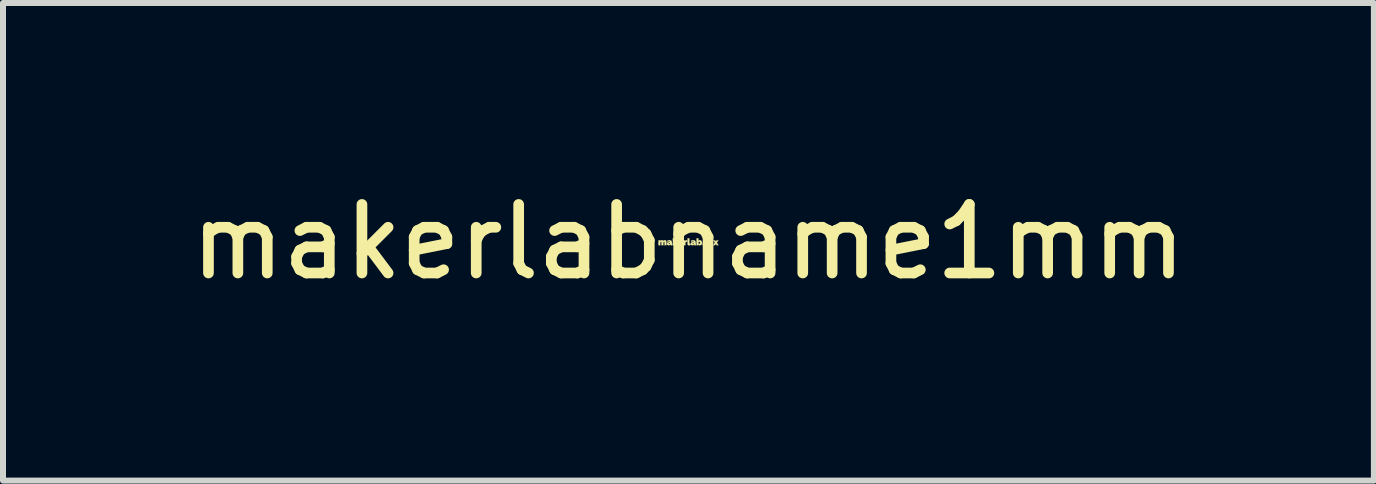
<source format=kicad_pcb>
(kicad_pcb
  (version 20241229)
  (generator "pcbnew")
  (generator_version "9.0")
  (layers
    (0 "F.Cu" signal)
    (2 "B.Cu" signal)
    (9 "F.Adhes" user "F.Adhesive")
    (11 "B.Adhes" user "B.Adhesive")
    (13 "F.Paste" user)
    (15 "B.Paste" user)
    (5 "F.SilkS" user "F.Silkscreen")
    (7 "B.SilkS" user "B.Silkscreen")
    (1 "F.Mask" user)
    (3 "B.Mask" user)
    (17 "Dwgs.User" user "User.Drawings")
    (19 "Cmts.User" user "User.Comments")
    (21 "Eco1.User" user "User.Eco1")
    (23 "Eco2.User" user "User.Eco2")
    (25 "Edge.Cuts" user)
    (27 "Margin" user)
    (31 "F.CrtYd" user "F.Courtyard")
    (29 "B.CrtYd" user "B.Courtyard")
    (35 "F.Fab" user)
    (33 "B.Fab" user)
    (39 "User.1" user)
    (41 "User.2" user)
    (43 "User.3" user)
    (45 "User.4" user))
  (footprint "makerlabname1mm"
    (layer "F.Cu")
    (at 8.426 0.981)
    (property "Reference" "makerlabname1mm" (at 0 0 0) (layer "F.SilkS") (effects (font (size 1.143 1.143) (thickness 0.178))))
    (attr through_hole)
    (fp_poly (pts (xy 0.259 0.056) (xy 0.249 0.056) (xy 0.236 0.056) (xy 0.236 0.041) (xy 0.236 0.028) (xy 0.249 0.028) (xy 0.259 0.028) (xy 0.259 0.041) (xy 0.259 0.056)) (stroke (width 0.003) (type solid)) (fill yes) (layer "F.SilkS"))
    (fp_poly (pts (xy -0.023 0) (xy -0.028 0) (xy -0.033 0) (xy -0.038 0.003) (xy -0.043 0.003) (xy -0.046 0.005) (xy -0.048 0.005) (xy -0.051 0.008) (xy -0.051 0.03) (xy -0.051 0.056) (xy -0.064 0.056) (xy -0.079 0.056) (xy -0.079 0.015) (xy -0.079 -0.025) (xy -0.066 -0.025) (xy -0.053 -0.025) (xy -0.053 -0.018) (xy -0.053 -0.01) (xy -0.051 -0.015) (xy -0.046 -0.018) (xy -0.043 -0.023) (xy -0.038 -0.025) (xy -0.033 -0.025) (xy -0.03 -0.028) (xy -0.028 -0.028) (xy -0.025 -0.028) (xy -0.023 -0.028) (xy -0.023 -0.013) (xy -0.023 0)) (stroke (width 0.003) (type solid)) (fill yes) (layer "F.SilkS"))
    (fp_poly (pts (xy -0.175 0.056) (xy -0.191 0.056) (xy -0.206 0.056) (xy -0.216 0.041) (xy -0.218 0.038) (xy -0.218 0.036) (xy -0.221 0.033) (xy -0.224 0.03) (xy -0.224 0.028) (xy -0.226 0.028) (xy -0.229 0.03) (xy -0.231 0.033) (xy -0.231 0.043) (xy -0.231 0.056) (xy -0.246 0.056) (xy -0.259 0.056) (xy -0.259 0) (xy -0.262 -0.058) (xy -0.246 -0.058) (xy -0.231 -0.058) (xy -0.231 -0.025) (xy -0.231 0.005) (xy -0.221 -0.01) (xy -0.208 -0.025) (xy -0.193 -0.025) (xy -0.191 -0.025) (xy -0.185 -0.025) (xy -0.183 -0.025) (xy -0.18 -0.025) (xy -0.178 -0.025) (xy -0.18 -0.023) (xy -0.183 -0.02) (xy -0.185 -0.018) (xy -0.188 -0.013) (xy -0.191 -0.01) (xy -0.193 -0.008) (xy -0.196 -0.005) (xy -0.198 0) (xy -0.201 0.003) (xy -0.203 0.005) (xy -0.203 0.008) (xy -0.206 0.008) (xy -0.206 0.01) (xy -0.206 0.013) (xy -0.203 0.013) (xy -0.201 0.015) (xy -0.201 0.02) (xy -0.198 0.023) (xy -0.196 0.028) (xy -0.193 0.03) (xy -0.191 0.033) (xy -0.175 0.056)) (stroke (width 0.003) (type solid)) (fill yes) (layer "F.SilkS"))
    (fp_poly (pts (xy 0.033 0.051) (xy 0.033 0.053) (xy 0.03 0.053) (xy 0.028 0.053) (xy 0.023 0.056) (xy 0.018 0.056) (xy 0.013 0.058) (xy 0.008 0.058) (xy 0.005 0.058) (xy 0.003 0.056) (xy 0 0.056) (xy -0.003 0.056) (xy -0.005 0.053) (xy -0.008 0.053) (xy -0.01 0.051) (xy -0.013 0.048) (xy -0.013 0.043) (xy -0.015 0.043) (xy -0.015 0.041) (xy -0.015 0.038) (xy -0.015 0.036) (xy -0.015 0.033) (xy -0.015 0.03) (xy -0.015 0.028) (xy -0.015 0.023) (xy -0.015 0.018) (xy -0.015 0.013) (xy -0.015 0.005) (xy -0.015 -0.003) (xy -0.015 -0.008) (xy -0.015 -0.058) (xy 0 -0.058) (xy 0.015 -0.058) (xy 0.015 -0.018) (xy 0.015 -0.008) (xy 0.015 0) (xy 0.015 0.008) (xy 0.015 0.013) (xy 0.015 0.018) (xy 0.015 0.02) (xy 0.015 0.023) (xy 0.015 0.025) (xy 0.015 0.028) (xy 0.018 0.03) (xy 0.02 0.03) (xy 0.023 0.03) (xy 0.025 0.03) (xy 0.028 0.03) (xy 0.03 0.03) (xy 0.03 0.033) (xy 0.03 0.036) (xy 0.033 0.041) (xy 0.033 0.043) (xy 0.033 0.048) (xy 0.033 0.051)) (stroke (width 0.003) (type solid)) (fill yes) (layer "F.SilkS"))
    (fp_poly (pts (xy 0.226 0.015) (xy 0.226 0.02) (xy 0.224 0.025) (xy 0.224 0.033) (xy 0.221 0.038) (xy 0.218 0.041) (xy 0.213 0.046) (xy 0.211 0.051) (xy 0.206 0.053) (xy 0.203 0.053) (xy 0.201 0.056) (xy 0.198 0.056) (xy 0.196 0.056) (xy 0.196 0.015) (xy 0.196 0.013) (xy 0.193 0.01) (xy 0.193 0.008) (xy 0.191 0.005) (xy 0.191 0.003) (xy 0.188 0) (xy 0.185 0) (xy 0.183 -0.003) (xy 0.18 -0.003) (xy 0.175 -0.003) (xy 0.173 0) (xy 0.17 0.003) (xy 0.168 0.005) (xy 0.165 0.01) (xy 0.165 0.018) (xy 0.165 0.025) (xy 0.168 0.028) (xy 0.17 0.03) (xy 0.173 0.03) (xy 0.178 0.033) (xy 0.18 0.033) (xy 0.183 0.033) (xy 0.185 0.033) (xy 0.188 0.03) (xy 0.191 0.028) (xy 0.193 0.025) (xy 0.193 0.023) (xy 0.196 0.02) (xy 0.196 0.018) (xy 0.196 0.015) (xy 0.196 0.056) (xy 0.193 0.058) (xy 0.188 0.058) (xy 0.183 0.058) (xy 0.18 0.056) (xy 0.178 0.056) (xy 0.173 0.053) (xy 0.168 0.051) (xy 0.165 0.048) (xy 0.163 0.046) (xy 0.16 0.043) (xy 0.16 0.051) (xy 0.16 0.056) (xy 0.147 0.056) (xy 0.135 0.056) (xy 0.135 0) (xy 0.135 -0.058) (xy 0.15 -0.058) (xy 0.165 -0.058) (xy 0.165 -0.036) (xy 0.165 -0.013) (xy 0.168 -0.018) (xy 0.17 -0.02) (xy 0.173 -0.023) (xy 0.178 -0.025) (xy 0.183 -0.025) (xy 0.185 -0.028) (xy 0.188 -0.028) (xy 0.193 -0.028) (xy 0.196 -0.028) (xy 0.198 -0.025) (xy 0.203 -0.025) (xy 0.208 -0.02) (xy 0.213 -0.018) (xy 0.216 -0.013) (xy 0.218 -0.008) (xy 0.221 -0.003) (xy 0.224 0.003) (xy 0.226 0.01) (xy 0.226 0.015)) (stroke (width 0.003) (type solid)) (fill yes) (layer "F.SilkS"))
    (fp_poly (pts (xy -0.368 0.056) (xy -0.384 0.056) (xy -0.399 0.056) (xy -0.399 0.03) (xy -0.399 0.025) (xy -0.399 0.018) (xy -0.399 0.015) (xy -0.399 0.01) (xy -0.399 0.008) (xy -0.399 0.005) (xy -0.399 0.003) (xy -0.401 0) (xy -0.404 0) (xy -0.406 -0.003) (xy -0.409 0) (xy -0.414 0.003) (xy -0.417 0.005) (xy -0.417 0.008) (xy -0.419 0.01) (xy -0.419 0.033) (xy -0.419 0.056) (xy -0.434 0.056) (xy -0.45 0.056) (xy -0.45 0.03) (xy -0.45 0.005) (xy -0.45 0.003) (xy -0.452 0) (xy -0.455 0) (xy -0.457 -0.003) (xy -0.46 0) (xy -0.462 0) (xy -0.465 0.003) (xy -0.467 0.005) (xy -0.47 0.008) (xy -0.47 0.01) (xy -0.47 0.013) (xy -0.47 0.015) (xy -0.47 0.02) (xy -0.47 0.025) (xy -0.47 0.03) (xy -0.47 0.033) (xy -0.47 0.056) (xy -0.485 0.056) (xy -0.5 0.056) (xy -0.5 0.015) (xy -0.5 -0.025) (xy -0.488 -0.025) (xy -0.472 -0.025) (xy -0.472 -0.02) (xy -0.472 -0.015) (xy -0.47 -0.018) (xy -0.465 -0.02) (xy -0.46 -0.023) (xy -0.455 -0.025) (xy -0.45 -0.025) (xy -0.445 -0.028) (xy -0.439 -0.028) (xy -0.437 -0.025) (xy -0.432 -0.025) (xy -0.429 -0.023) (xy -0.427 -0.023) (xy -0.424 -0.02) (xy -0.424 -0.018) (xy -0.422 -0.015) (xy -0.422 -0.013) (xy -0.419 -0.015) (xy -0.417 -0.018) (xy -0.414 -0.02) (xy -0.411 -0.023) (xy -0.406 -0.025) (xy -0.399 -0.025) (xy -0.394 -0.028) (xy -0.389 -0.028) (xy -0.384 -0.025) (xy -0.378 -0.023) (xy -0.376 -0.02) (xy -0.373 -0.018) (xy -0.371 -0.015) (xy -0.371 -0.013) (xy -0.371 -0.01) (xy -0.368 -0.008) (xy -0.368 -0.005) (xy -0.368 0) (xy -0.368 0.003) (xy -0.368 0.005) (xy -0.368 0.01) (xy -0.368 0.015) (xy -0.368 0.023) (xy -0.368 0.025) (xy -0.368 0.056)) (stroke (width 0.003) (type solid)) (fill yes) (layer "F.SilkS"))
    (fp_poly (pts (xy 0.5 0.056) (xy 0.498 0.056) (xy 0.495 0.056) (xy 0.493 0.056) (xy 0.49 0.056) (xy 0.485 0.056) (xy 0.47 0.056) (xy 0.465 0.046) (xy 0.462 0.043) (xy 0.46 0.041) (xy 0.46 0.038) (xy 0.457 0.036) (xy 0.457 0.033) (xy 0.455 0.036) (xy 0.455 0.038) (xy 0.452 0.041) (xy 0.45 0.043) (xy 0.45 0.046) (xy 0.447 0.046) (xy 0.442 0.056) (xy 0.427 0.056) (xy 0.424 0.056) (xy 0.422 0.056) (xy 0.417 0.056) (xy 0.414 0.056) (xy 0.414 0.053) (xy 0.414 0.051) (xy 0.417 0.051) (xy 0.419 0.046) (xy 0.422 0.043) (xy 0.424 0.038) (xy 0.427 0.036) (xy 0.429 0.03) (xy 0.434 0.025) (xy 0.434 0.023) (xy 0.437 0.02) (xy 0.439 0.018) (xy 0.439 0.015) (xy 0.439 0.013) (xy 0.437 0.01) (xy 0.437 0.008) (xy 0.434 0.005) (xy 0.432 0.003) (xy 0.429 -0.003) (xy 0.427 -0.005) (xy 0.424 -0.01) (xy 0.422 -0.013) (xy 0.419 -0.018) (xy 0.417 -0.02) (xy 0.417 -0.023) (xy 0.414 -0.025) (xy 0.417 -0.025) (xy 0.419 -0.025) (xy 0.424 -0.025) (xy 0.427 -0.025) (xy 0.429 -0.025) (xy 0.442 -0.025) (xy 0.445 -0.02) (xy 0.447 -0.02) (xy 0.447 -0.018) (xy 0.45 -0.015) (xy 0.452 -0.01) (xy 0.457 -0.003) (xy 0.457 -0.005) (xy 0.46 -0.008) (xy 0.46 -0.01) (xy 0.462 -0.013) (xy 0.462 -0.015) (xy 0.465 -0.015) (xy 0.47 -0.025) (xy 0.485 -0.025) (xy 0.488 -0.025) (xy 0.493 -0.025) (xy 0.495 -0.025) (xy 0.498 -0.025) (xy 0.5 -0.025) (xy 0.498 -0.025) (xy 0.498 -0.023) (xy 0.495 -0.02) (xy 0.493 -0.015) (xy 0.49 -0.013) (xy 0.488 -0.01) (xy 0.485 -0.005) (xy 0.483 0) (xy 0.48 0.003) (xy 0.478 0.008) (xy 0.475 0.01) (xy 0.475 0.013) (xy 0.472 0.015) (xy 0.475 0.018) (xy 0.475 0.02) (xy 0.478 0.023) (xy 0.48 0.025) (xy 0.483 0.028) (xy 0.485 0.033) (xy 0.485 0.036) (xy 0.49 0.041) (xy 0.493 0.043) (xy 0.493 0.046) (xy 0.495 0.051) (xy 0.498 0.053) (xy 0.5 0.056)) (stroke (width 0.003) (type solid)) (fill yes) (layer "F.SilkS"))
    (fp_poly (pts (xy -0.089 0.015) (xy -0.089 0.018) (xy -0.089 0.02) (xy -0.089 0.023) (xy -0.091 0.023) (xy -0.094 0.025) (xy -0.099 0.025) (xy -0.102 0.025) (xy -0.107 0.025) (xy -0.112 0.025) (xy -0.119 0.025) (xy -0.122 0.025) (xy -0.122 0.008) (xy -0.122 0.005) (xy -0.122 0.003) (xy -0.124 0) (xy -0.124 -0.003) (xy -0.127 -0.005) (xy -0.13 -0.005) (xy -0.132 -0.005) (xy -0.135 -0.005) (xy -0.137 -0.005) (xy -0.14 -0.005) (xy -0.142 -0.003) (xy -0.145 0) (xy -0.147 0.003) (xy -0.147 0.005) (xy -0.147 0.008) (xy -0.135 0.008) (xy -0.122 0.008) (xy -0.122 0.025) (xy -0.124 0.025) (xy -0.13 0.025) (xy -0.135 0.025) (xy -0.137 0.025) (xy -0.14 0.025) (xy -0.142 0.025) (xy -0.145 0.025) (xy -0.147 0.025) (xy -0.147 0.028) (xy -0.145 0.03) (xy -0.142 0.033) (xy -0.14 0.036) (xy -0.137 0.036) (xy -0.135 0.036) (xy -0.132 0.036) (xy -0.13 0.036) (xy -0.127 0.036) (xy -0.124 0.033) (xy -0.122 0.033) (xy -0.119 0.03) (xy -0.119 0.028) (xy -0.117 0.028) (xy -0.114 0.03) (xy -0.112 0.03) (xy -0.109 0.03) (xy -0.107 0.03) (xy -0.094 0.036) (xy -0.097 0.041) (xy -0.099 0.046) (xy -0.104 0.048) (xy -0.109 0.051) (xy -0.114 0.053) (xy -0.119 0.056) (xy -0.122 0.056) (xy -0.127 0.056) (xy -0.13 0.058) (xy -0.135 0.058) (xy -0.14 0.058) (xy -0.142 0.056) (xy -0.145 0.056) (xy -0.15 0.056) (xy -0.157 0.053) (xy -0.163 0.048) (xy -0.168 0.046) (xy -0.17 0.041) (xy -0.173 0.036) (xy -0.175 0.03) (xy -0.178 0.023) (xy -0.178 0.018) (xy -0.178 0.013) (xy -0.178 0.005) (xy -0.175 0) (xy -0.173 -0.005) (xy -0.17 -0.01) (xy -0.165 -0.015) (xy -0.16 -0.02) (xy -0.155 -0.023) (xy -0.15 -0.025) (xy -0.142 -0.025) (xy -0.14 -0.028) (xy -0.132 -0.028) (xy -0.124 -0.025) (xy -0.117 -0.025) (xy -0.112 -0.023) (xy -0.107 -0.02) (xy -0.102 -0.015) (xy -0.097 -0.01) (xy -0.094 -0.005) (xy -0.091 0) (xy -0.091 0.005) (xy -0.089 0.005) (xy -0.089 0.008) (xy -0.089 0.01) (xy -0.089 0.013) (xy -0.089 0.015)) (stroke (width 0.003) (type solid)) (fill yes) (layer "F.SilkS"))
    (fp_poly (pts (xy 0.406 0.056) (xy 0.391 0.056) (xy 0.376 0.056) (xy 0.376 0.03) (xy 0.376 0.025) (xy 0.376 0.018) (xy 0.376 0.015) (xy 0.376 0.01) (xy 0.376 0.008) (xy 0.376 0.005) (xy 0.376 0.003) (xy 0.373 0) (xy 0.371 0) (xy 0.368 -0.003) (xy 0.366 0) (xy 0.363 0.003) (xy 0.361 0.005) (xy 0.358 0.008) (xy 0.356 0.008) (xy 0.356 0.01) (xy 0.356 0.013) (xy 0.356 0.015) (xy 0.356 0.018) (xy 0.356 0.023) (xy 0.356 0.025) (xy 0.356 0.03) (xy 0.356 0.033) (xy 0.356 0.056) (xy 0.34 0.056) (xy 0.328 0.056) (xy 0.325 0.03) (xy 0.325 0.025) (xy 0.325 0.02) (xy 0.325 0.015) (xy 0.325 0.013) (xy 0.325 0.01) (xy 0.325 0.008) (xy 0.325 0.005) (xy 0.325 0.003) (xy 0.323 0) (xy 0.32 0) (xy 0.315 0) (xy 0.312 0) (xy 0.31 0.003) (xy 0.307 0.005) (xy 0.307 0.008) (xy 0.305 0.008) (xy 0.305 0.01) (xy 0.305 0.013) (xy 0.305 0.015) (xy 0.305 0.02) (xy 0.305 0.023) (xy 0.305 0.028) (xy 0.305 0.033) (xy 0.305 0.056) (xy 0.29 0.056) (xy 0.274 0.056) (xy 0.274 0.015) (xy 0.274 -0.025) (xy 0.29 -0.025) (xy 0.302 -0.025) (xy 0.302 -0.02) (xy 0.302 -0.015) (xy 0.305 -0.018) (xy 0.31 -0.02) (xy 0.315 -0.023) (xy 0.32 -0.025) (xy 0.325 -0.028) (xy 0.33 -0.028) (xy 0.335 -0.028) (xy 0.34 -0.025) (xy 0.343 -0.025) (xy 0.345 -0.023) (xy 0.348 -0.02) (xy 0.351 -0.018) (xy 0.353 -0.018) (xy 0.353 -0.015) (xy 0.353 -0.013) (xy 0.356 -0.015) (xy 0.358 -0.018) (xy 0.361 -0.02) (xy 0.363 -0.023) (xy 0.368 -0.025) (xy 0.371 -0.025) (xy 0.373 -0.025) (xy 0.378 -0.028) (xy 0.384 -0.028) (xy 0.386 -0.028) (xy 0.391 -0.025) (xy 0.396 -0.023) (xy 0.399 -0.02) (xy 0.401 -0.018) (xy 0.404 -0.015) (xy 0.404 -0.013) (xy 0.404 -0.01) (xy 0.406 -0.01) (xy 0.406 -0.008) (xy 0.406 -0.005) (xy 0.406 0) (xy 0.406 0.003) (xy 0.406 0.005) (xy 0.406 0.01) (xy 0.406 0.015) (xy 0.406 0.023) (xy 0.406 0.025) (xy 0.406 0.056)) (stroke (width 0.003) (type solid)) (fill yes) (layer "F.SilkS"))
    (fp_poly (pts (xy -0.269 0.043) (xy -0.269 0.048) (xy -0.269 0.051) (xy -0.269 0.053) (xy -0.269 0.056) (xy -0.272 0.056) (xy -0.274 0.056) (xy -0.277 0.056) (xy -0.282 0.058) (xy -0.284 0.058) (xy -0.29 0.056) (xy -0.292 0.056) (xy -0.297 0.053) (xy -0.3 0.053) (xy -0.3 0.048) (xy -0.302 0.046) (xy -0.302 0.043) (xy -0.305 0.046) (xy -0.307 0.048) (xy -0.307 0.025) (xy -0.307 0.02) (xy -0.31 0.02) (xy -0.312 0.02) (xy -0.318 0.02) (xy -0.32 0.02) (xy -0.323 0.02) (xy -0.325 0.02) (xy -0.328 0.023) (xy -0.33 0.025) (xy -0.33 0.028) (xy -0.33 0.03) (xy -0.33 0.033) (xy -0.328 0.036) (xy -0.325 0.036) (xy -0.323 0.036) (xy -0.318 0.036) (xy -0.315 0.036) (xy -0.312 0.036) (xy -0.31 0.033) (xy -0.307 0.03) (xy -0.307 0.028) (xy -0.307 0.025) (xy -0.307 0.048) (xy -0.31 0.051) (xy -0.315 0.053) (xy -0.32 0.056) (xy -0.323 0.056) (xy -0.325 0.056) (xy -0.33 0.058) (xy -0.333 0.056) (xy -0.338 0.056) (xy -0.343 0.053) (xy -0.348 0.051) (xy -0.351 0.048) (xy -0.356 0.046) (xy -0.356 0.041) (xy -0.358 0.036) (xy -0.358 0.03) (xy -0.358 0.025) (xy -0.356 0.02) (xy -0.353 0.015) (xy -0.351 0.013) (xy -0.345 0.01) (xy -0.34 0.008) (xy -0.335 0.005) (xy -0.333 0.005) (xy -0.33 0.005) (xy -0.325 0.003) (xy -0.323 0.003) (xy -0.318 0.003) (xy -0.315 0.005) (xy -0.312 0.005) (xy -0.31 0.005) (xy -0.307 0.005) (xy -0.307 0.003) (xy -0.307 0) (xy -0.31 -0.003) (xy -0.31 -0.005) (xy -0.312 -0.005) (xy -0.318 -0.008) (xy -0.32 -0.008) (xy -0.328 -0.008) (xy -0.333 -0.005) (xy -0.338 -0.003) (xy -0.343 0) (xy -0.345 0) (xy -0.348 0) (xy -0.348 -0.003) (xy -0.348 -0.005) (xy -0.351 -0.008) (xy -0.351 -0.01) (xy -0.353 -0.013) (xy -0.353 -0.015) (xy -0.353 -0.018) (xy -0.351 -0.02) (xy -0.348 -0.02) (xy -0.345 -0.02) (xy -0.343 -0.023) (xy -0.34 -0.023) (xy -0.335 -0.025) (xy -0.328 -0.025) (xy -0.32 -0.028) (xy -0.312 -0.028) (xy -0.307 -0.025) (xy -0.3 -0.025) (xy -0.295 -0.023) (xy -0.292 -0.023) (xy -0.29 -0.018) (xy -0.284 -0.015) (xy -0.282 -0.01) (xy -0.279 -0.005) (xy -0.279 -0.003) (xy -0.277 0) (xy -0.277 0.003) (xy -0.277 0.005) (xy -0.277 0.01) (xy -0.277 0.013) (xy -0.277 0.018) (xy -0.277 0.023) (xy -0.277 0.025) (xy -0.277 0.028) (xy -0.274 0.03) (xy -0.272 0.03) (xy -0.269 0.03) (xy -0.269 0.033) (xy -0.269 0.036) (xy -0.269 0.038) (xy -0.269 0.043)) (stroke (width 0.003) (type solid)) (fill yes) (layer "F.SilkS"))
    (fp_poly (pts (xy 0.124 0.043) (xy 0.124 0.048) (xy 0.124 0.051) (xy 0.124 0.053) (xy 0.124 0.056) (xy 0.122 0.056) (xy 0.117 0.056) (xy 0.114 0.058) (xy 0.112 0.058) (xy 0.107 0.056) (xy 0.102 0.056) (xy 0.099 0.056) (xy 0.097 0.053) (xy 0.097 0.048) (xy 0.094 0.046) (xy 0.094 0.043) (xy 0.089 0.048) (xy 0.089 0.025) (xy 0.089 0.02) (xy 0.086 0.02) (xy 0.081 0.02) (xy 0.079 0.02) (xy 0.074 0.02) (xy 0.071 0.02) (xy 0.069 0.023) (xy 0.066 0.023) (xy 0.066 0.025) (xy 0.066 0.028) (xy 0.066 0.03) (xy 0.066 0.033) (xy 0.069 0.036) (xy 0.071 0.036) (xy 0.074 0.036) (xy 0.076 0.036) (xy 0.081 0.036) (xy 0.084 0.036) (xy 0.086 0.033) (xy 0.086 0.03) (xy 0.089 0.03) (xy 0.089 0.028) (xy 0.089 0.025) (xy 0.089 0.048) (xy 0.086 0.051) (xy 0.081 0.053) (xy 0.076 0.056) (xy 0.074 0.056) (xy 0.071 0.056) (xy 0.066 0.058) (xy 0.064 0.058) (xy 0.061 0.056) (xy 0.058 0.056) (xy 0.053 0.056) (xy 0.048 0.053) (xy 0.046 0.048) (xy 0.041 0.046) (xy 0.038 0.041) (xy 0.038 0.036) (xy 0.038 0.03) (xy 0.038 0.025) (xy 0.041 0.02) (xy 0.043 0.018) (xy 0.046 0.013) (xy 0.048 0.01) (xy 0.053 0.008) (xy 0.058 0.005) (xy 0.061 0.005) (xy 0.064 0.005) (xy 0.066 0.005) (xy 0.069 0.005) (xy 0.071 0.005) (xy 0.074 0.005) (xy 0.076 0.005) (xy 0.079 0.005) (xy 0.081 0.005) (xy 0.084 0.005) (xy 0.086 0.005) (xy 0.089 0.005) (xy 0.089 0.003) (xy 0.089 0) (xy 0.086 -0.003) (xy 0.084 -0.005) (xy 0.081 -0.005) (xy 0.079 -0.008) (xy 0.076 -0.008) (xy 0.071 -0.008) (xy 0.066 -0.005) (xy 0.058 -0.005) (xy 0.053 0) (xy 0.051 0) (xy 0.048 0) (xy 0.048 -0.003) (xy 0.046 -0.005) (xy 0.046 -0.008) (xy 0.043 -0.01) (xy 0.043 -0.013) (xy 0.043 -0.015) (xy 0.041 -0.015) (xy 0.041 -0.018) (xy 0.043 -0.018) (xy 0.046 -0.02) (xy 0.048 -0.02) (xy 0.051 -0.02) (xy 0.053 -0.023) (xy 0.056 -0.023) (xy 0.061 -0.025) (xy 0.069 -0.025) (xy 0.079 -0.028) (xy 0.084 -0.028) (xy 0.089 -0.025) (xy 0.091 -0.025) (xy 0.097 -0.025) (xy 0.099 -0.023) (xy 0.102 -0.023) (xy 0.107 -0.02) (xy 0.109 -0.015) (xy 0.114 -0.013) (xy 0.117 -0.008) (xy 0.117 -0.003) (xy 0.117 0) (xy 0.117 0.003) (xy 0.119 0.005) (xy 0.119 0.008) (xy 0.119 0.013) (xy 0.119 0.018) (xy 0.119 0.023) (xy 0.119 0.025) (xy 0.119 0.028) (xy 0.119 0.03) (xy 0.122 0.03) (xy 0.124 0.03) (xy 0.124 0.033) (xy 0.124 0.036) (xy 0.124 0.038) (xy 0.124 0.043)) (stroke (width 0.003) (type solid)) (fill yes) (layer "F.SilkS")))
  (gr_rect
    (start -3 -3)
    (end 19.851 4.961)
    (stroke (width 0.1) (type default))
    (fill no)
    (layer "Edge.Cuts")))
</source>
